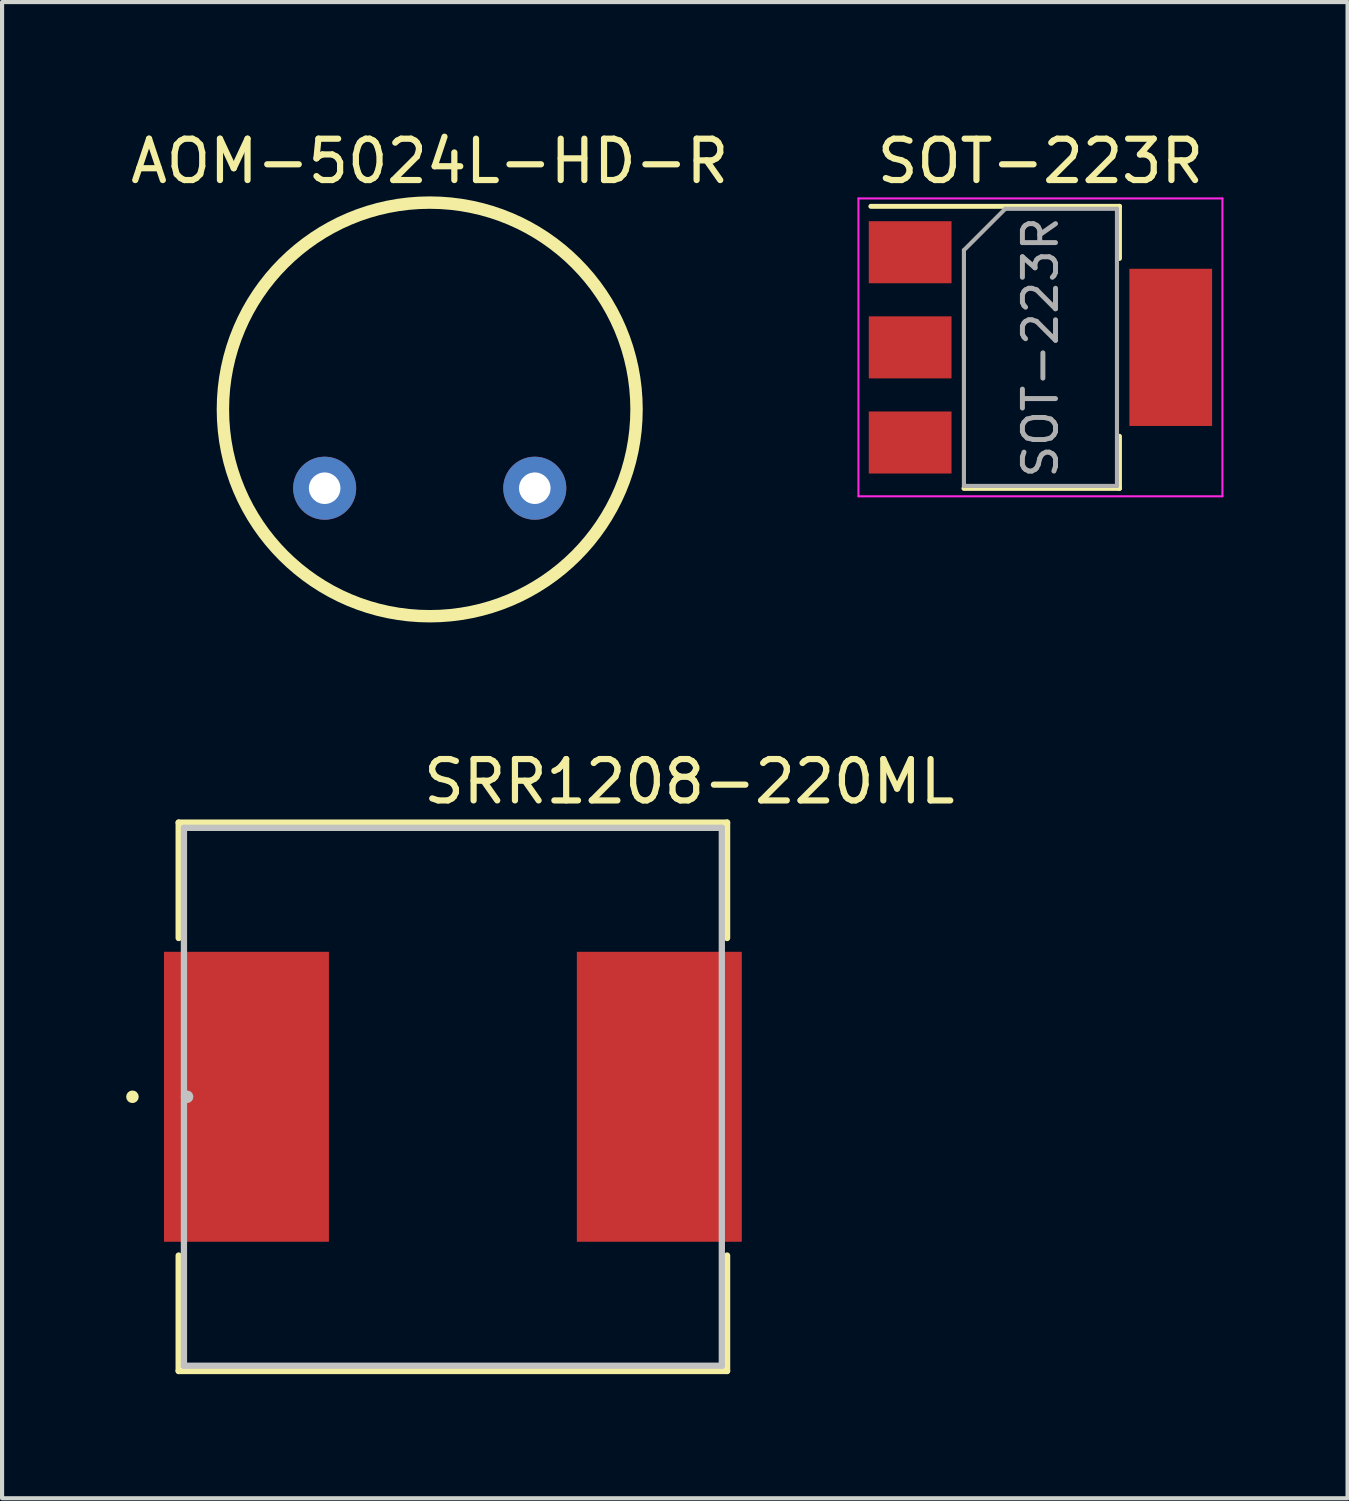
<source format=kicad_pcb>
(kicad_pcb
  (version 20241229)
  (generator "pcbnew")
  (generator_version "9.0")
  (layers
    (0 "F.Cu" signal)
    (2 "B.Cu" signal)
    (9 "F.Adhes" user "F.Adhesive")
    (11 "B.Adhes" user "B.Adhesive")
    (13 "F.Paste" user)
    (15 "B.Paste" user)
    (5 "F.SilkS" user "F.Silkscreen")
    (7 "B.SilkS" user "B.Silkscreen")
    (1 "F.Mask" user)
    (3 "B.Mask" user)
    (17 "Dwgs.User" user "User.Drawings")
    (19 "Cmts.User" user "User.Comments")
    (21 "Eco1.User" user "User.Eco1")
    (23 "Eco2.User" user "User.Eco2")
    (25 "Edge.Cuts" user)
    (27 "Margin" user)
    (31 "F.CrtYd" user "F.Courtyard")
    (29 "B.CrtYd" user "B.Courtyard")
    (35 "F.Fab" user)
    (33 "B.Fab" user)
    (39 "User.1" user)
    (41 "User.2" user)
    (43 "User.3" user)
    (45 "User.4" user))
  (footprint "AOM-5024L-HD-R"
    (layer "F.Cu")
    (at 7.339 6.848)
    (property "Reference" "AOM-5024L-HD-R" (at 0 -6 0) (layer "F.SilkS") (effects (font (size 1 1) (thickness 0.15))))
    (attr through_hole)
    (fp_circle (center 0 0) (end 5 0) (stroke (width 0.3) (type solid)) (fill no) (layer "F.SilkS"))
    (pad "1" thru_hole circle (at -2.54 1.905) (size 1.524 1.524) (drill 0.762) (layers "*.Cu" "*.Mask"))
    (pad "2" thru_hole circle (at 2.54 1.905) (size 1.524 1.524) (drill 0.762) (layers "*.Cu" "*.Mask")))
  (footprint "SOT-223R"
    (layer "F.Cu")
    (at 22.104 5.348)
    (property "Reference" "SOT-223R" (at 0 -4.5 0) (layer "F.SilkS") (effects (font (size 1 1) (thickness 0.15))))
    (attr smd)
    (fp_line (start -4.1 -3.41) (end 1.91 -3.41) (stroke (width 0.12) (type solid)) (layer "F.SilkS"))
    (fp_line (start -1.85 3.41) (end 1.91 3.41) (stroke (width 0.12) (type solid)) (layer "F.SilkS"))
    (fp_line (start 1.91 -3.41) (end 1.91 -2.15) (stroke (width 0.12) (type solid)) (layer "F.SilkS"))
    (fp_line (start 1.91 3.41) (end 1.91 2.15) (stroke (width 0.12) (type solid)) (layer "F.SilkS"))
    (fp_line (start -4.4 -3.6) (end -4.4 3.6) (stroke (width 0.05) (type solid)) (layer "F.CrtYd"))
    (fp_line (start -4.4 3.6) (end 4.4 3.6) (stroke (width 0.05) (type solid)) (layer "F.CrtYd"))
    (fp_line (start 4.4 -3.6) (end -4.4 -3.6) (stroke (width 0.05) (type solid)) (layer "F.CrtYd"))
    (fp_line (start 4.4 3.6) (end 4.4 -3.6) (stroke (width 0.05) (type solid)) (layer "F.CrtYd"))
    (fp_line (start -1.85 -2.35) (end -1.85 3.35) (stroke (width 0.1) (type solid)) (layer "F.Fab"))
    (fp_line (start -1.85 -2.35) (end -0.85 -3.35) (stroke (width 0.1) (type solid)) (layer "F.Fab"))
    (fp_line (start -1.85 3.35) (end 1.85 3.35) (stroke (width 0.1) (type solid)) (layer "F.Fab"))
    (fp_line (start -0.85 -3.35) (end 1.85 -3.35) (stroke (width 0.1) (type solid)) (layer "F.Fab"))
    (fp_line (start 1.85 -3.35) (end 1.85 3.35) (stroke (width 0.1) (type solid)) (layer "F.Fab"))
    (fp_text user "${REFERENCE}" (at 0 0 90) (layer "F.Fab") (effects (font (size 0.8 0.8) (thickness 0.12))))
    (pad "1" smd rect (at -3.15 2.3) (size 2 1.5) (layers "F.Cu" "F.Mask" "F.Paste"))
    (pad "2" smd rect (at -3.15 0) (size 2 1.5) (layers "F.Cu" "F.Mask" "F.Paste"))
    (pad "2" smd rect (at 3.15 0) (size 2 3.8) (layers "F.Cu" "F.Mask" "F.Paste"))
    (pad "3" smd rect (at -3.15 -2.3) (size 2 1.5) (layers "F.Cu" "F.Mask" "F.Paste")))
  (footprint "SRR1208-220ML"
    (layer "F.Cu")
    (at 7.899 23.466)
    (property "Reference" "SRR1208-220ML" (at 5.715 -7.62 0) (layer "F.SilkS") (effects (font (size 1 1) (thickness 0.15))))
    (attr through_hole)
    (fp_line (start -6.629 -6.629) (end -6.629 -3.838) (stroke (width 0.152) (type solid)) (layer "F.SilkS"))
    (fp_line (start -6.629 3.838) (end -6.629 6.629) (stroke (width 0.152) (type solid)) (layer "F.SilkS"))
    (fp_line (start -6.629 6.629) (end 6.629 6.629) (stroke (width 0.152) (type solid)) (layer "F.SilkS"))
    (fp_line (start 6.629 -6.629) (end -6.629 -6.629) (stroke (width 0.152) (type solid)) (layer "F.SilkS"))
    (fp_line (start 6.629 -3.838) (end 6.629 -6.629) (stroke (width 0.152) (type solid)) (layer "F.SilkS"))
    (fp_line (start 6.629 6.629) (end 6.629 3.838) (stroke (width 0.152) (type solid)) (layer "F.SilkS"))
    (fp_circle (center -7.747 0) (end -7.671 0) (stroke (width 0.152) (type solid)) (fill no) (layer "F.SilkS"))
    (fp_line (start -6.502 -6.502) (end -6.502 6.502) (stroke (width 0.152) (type solid)) (layer "Dwgs.User"))
    (fp_line (start -6.502 6.502) (end 6.502 6.502) (stroke (width 0.152) (type solid)) (layer "Dwgs.User"))
    (fp_line (start 6.502 -6.502) (end -6.502 -6.502) (stroke (width 0.152) (type solid)) (layer "Dwgs.User"))
    (fp_line (start 6.502 6.502) (end 6.502 -6.502) (stroke (width 0.152) (type solid)) (layer "Dwgs.User"))
    (fp_circle (center -6.426 0) (end -6.35 0) (stroke (width 0.152) (type solid)) (fill no) (layer "Dwgs.User"))
    (pad "1" smd rect (at -4.991 0) (size 3.988 7.01) (layers "F.Cu" "F.Mask" "F.Paste"))
    (pad "2" smd rect (at 4.991 0) (size 3.988 7.01) (layers "F.Cu" "F.Mask" "F.Paste")))
  (gr_rect
    (start -3 -3)
    (end 29.529 33.172)
    (stroke (width 0.1) (type default))
    (fill no)
    (layer "Edge.Cuts")))
</source>
